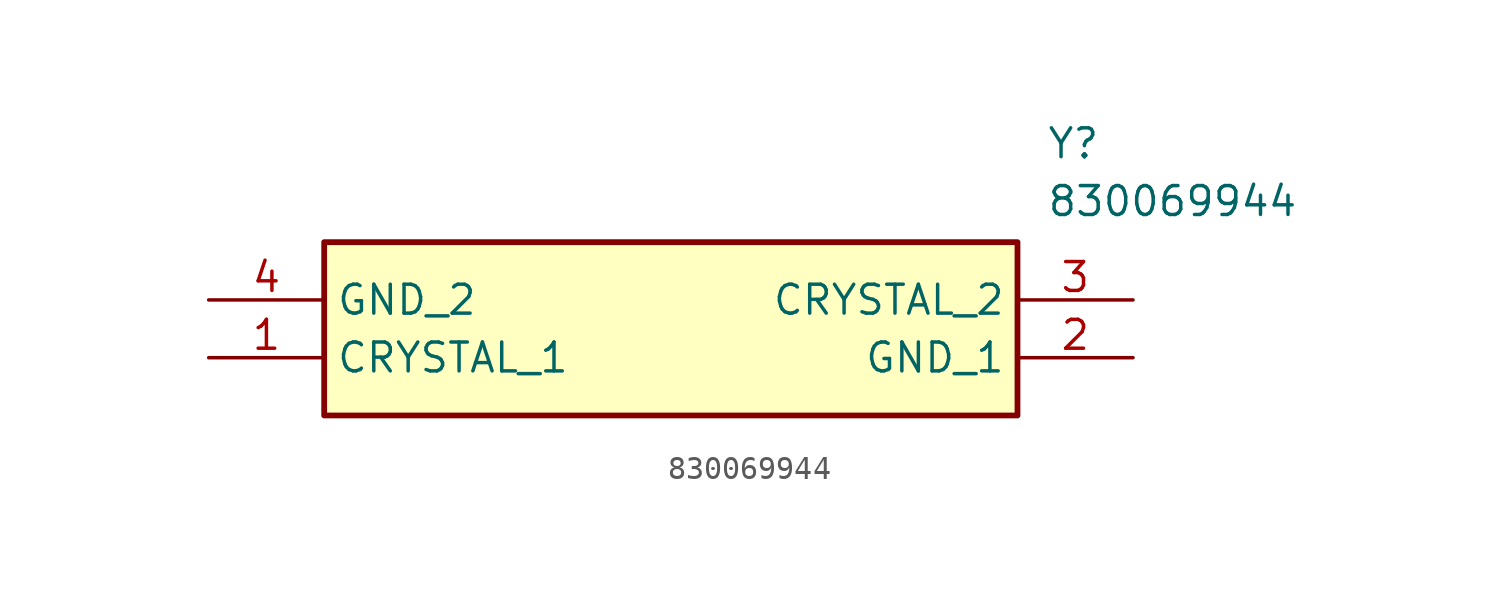
<source format=kicad_sym>
(kicad_symbol_lib
  (version 20211014)
  (generator SamacSys_ECAD_Model)
  (symbol "830069944"
    (property "Reference" "Y"
      (at 36.83 7.62 0)
      (effects (font (size 1.27 1.27)) (justify left top)))
    (property "Value" "830069944"
      (at 36.83 5.08 0)
      (effects (font (size 1.27 1.27)) (justify left top)))
    (rectangle
      (start 5.08 2.54)
      (end 35.56 -5.08)
      (stroke (width 0.254) (type default))
      (fill (type background)))
    (pin passive line
      (at 0 -2.54 0)
      (length 5.08)
      (name "CRYSTAL_1" (effects (font (size 1.27 1.27))))
      (number "1" (effects (font (size 1.27 1.27)))))
    (pin passive line
      (at 40.64 -2.54 180)
      (length 5.08)
      (name "GND_1" (effects (font (size 1.27 1.27))))
      (number "2" (effects (font (size 1.27 1.27)))))
    (pin passive line
      (at 40.64 0 180)
      (length 5.08)
      (name "CRYSTAL_2" (effects (font (size 1.27 1.27))))
      (number "3" (effects (font (size 1.27 1.27)))))
    (pin passive line
      (at 0 0 0)
      (length 5.08)
      (name "GND_2" (effects (font (size 1.27 1.27))))
      (number "4" (effects (font (size 1.27 1.27)))))))
</source>
